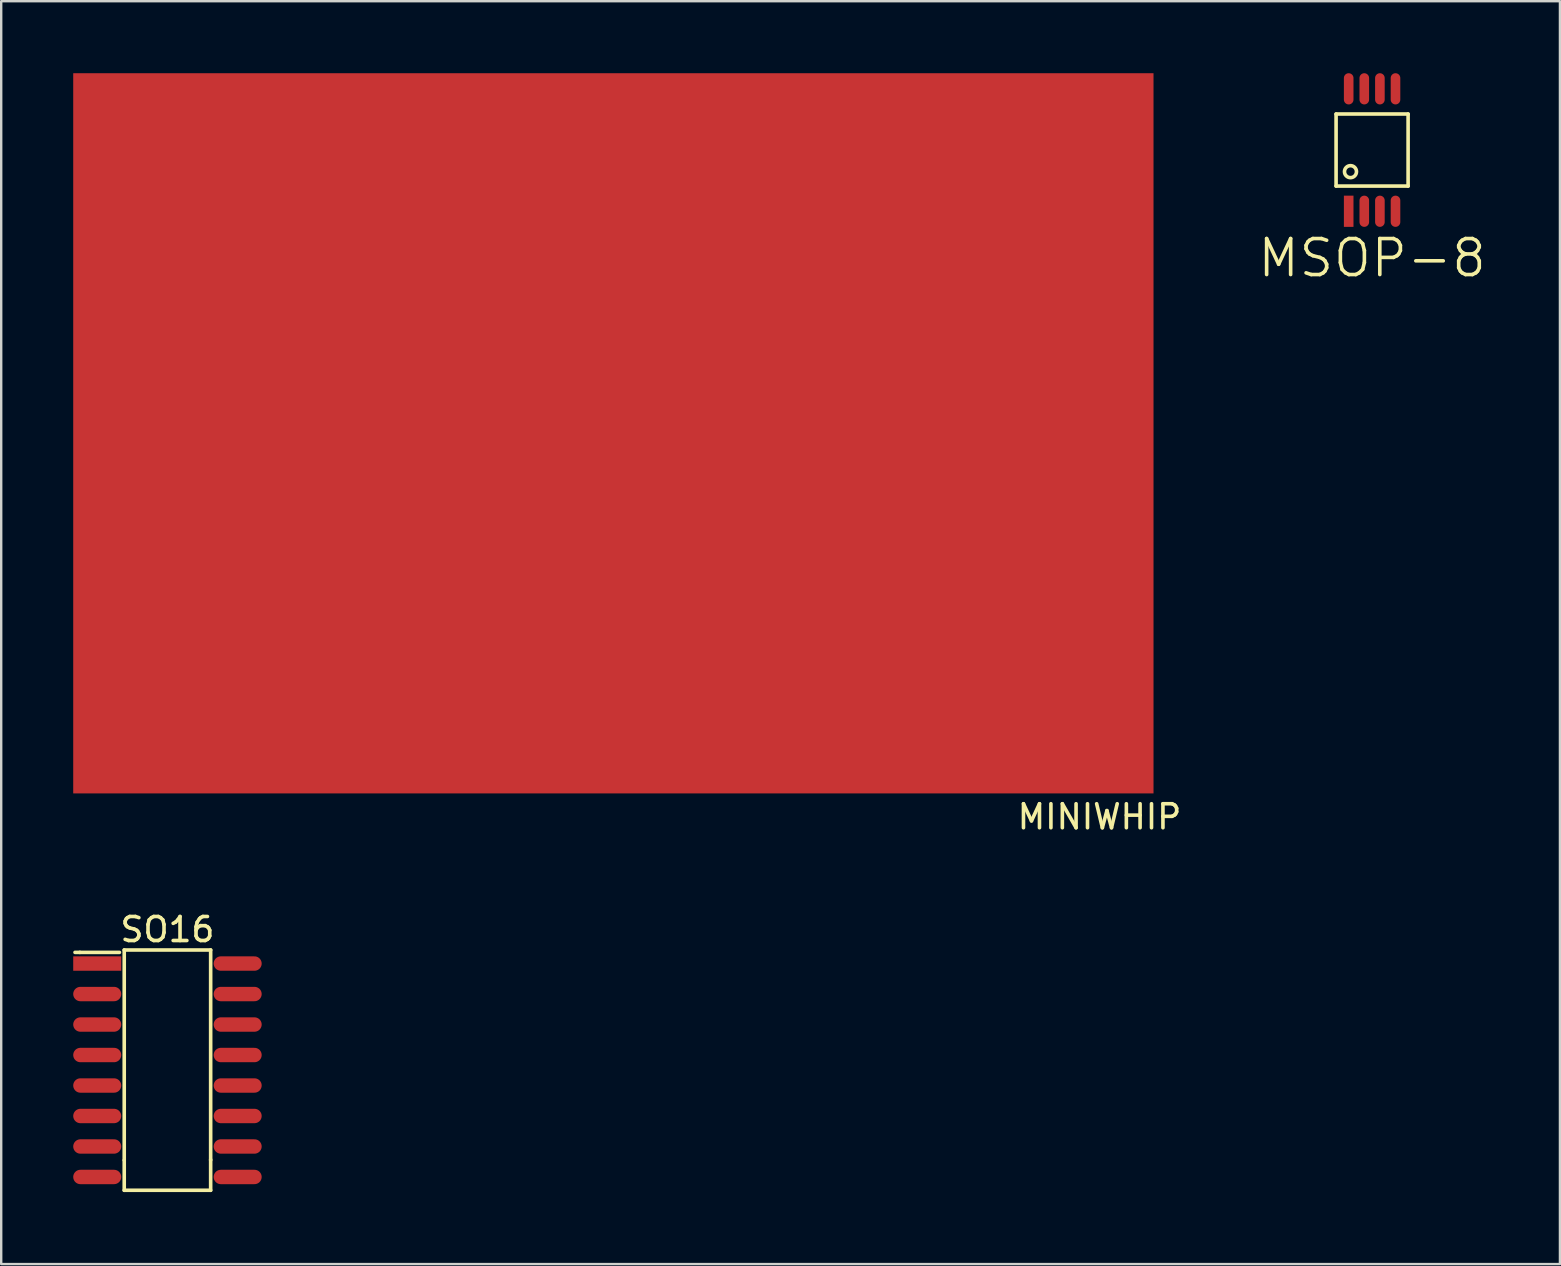
<source format=kicad_pcb>
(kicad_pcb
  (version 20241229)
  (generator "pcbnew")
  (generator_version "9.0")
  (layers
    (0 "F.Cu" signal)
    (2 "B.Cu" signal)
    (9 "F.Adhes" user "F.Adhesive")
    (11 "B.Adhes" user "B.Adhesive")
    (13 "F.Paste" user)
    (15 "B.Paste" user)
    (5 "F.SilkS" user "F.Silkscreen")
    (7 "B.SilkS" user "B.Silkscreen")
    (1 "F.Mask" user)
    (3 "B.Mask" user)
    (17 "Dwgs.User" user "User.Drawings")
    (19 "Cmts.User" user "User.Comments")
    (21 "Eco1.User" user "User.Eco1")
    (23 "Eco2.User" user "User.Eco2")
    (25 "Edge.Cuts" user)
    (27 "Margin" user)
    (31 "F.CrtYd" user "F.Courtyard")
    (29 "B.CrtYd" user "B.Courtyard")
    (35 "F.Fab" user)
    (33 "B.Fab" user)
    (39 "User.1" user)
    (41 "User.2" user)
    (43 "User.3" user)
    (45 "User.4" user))
  (footprint "MINIWHIP"
    (layer "F.Cu")
    (at 22.5 15)
    (property "Reference" "MINIWHIP" (at 20.25 15.975 0) (layer "F.SilkS") (effects (font (size 1 1) (thickness 0.15))))
    (attr through_hole)
    (pad "1" smd rect (at 0 0) (size 45 30) (layers "F.Cu")))
  (footprint "MSOP-8"
    (layer "F.Cu")
    (at 54.105 3.2)
    (property "Reference" "MSOP-8" (at 0 4.5 0) (layer "F.SilkS") (effects (font (size 1.5 1.5) (thickness 0.15))))
    (attr through_hole)
    (fp_line (start -1.5 -1.5) (end -1.5 1.5) (stroke (width 0.15) (type solid)) (layer "F.SilkS"))
    (fp_line (start -1.5 1.5) (end 1.5 1.5) (stroke (width 0.15) (type solid)) (layer "F.SilkS"))
    (fp_line (start 1.5 -1.5) (end -1.5 -1.5) (stroke (width 0.15) (type solid)) (layer "F.SilkS"))
    (fp_line (start 1.5 1.5) (end 1.5 -1.5) (stroke (width 0.15) (type solid)) (layer "F.SilkS"))
    (fp_circle (center -0.9 0.9) (end -1.1 1.05) (stroke (width 0.15) (type solid)) (fill no) (layer "F.SilkS"))
    (pad "1" smd rect (at -0.975 2.55) (size 0.4 1.3) (layers "F.Cu" "F.Mask" "F.Paste"))
    (pad "2" smd oval (at -0.325 2.55) (size 0.4 1.3) (layers "F.Cu" "F.Mask" "F.Paste"))
    (pad "3" smd oval (at 0.325 2.55) (size 0.4 1.3) (layers "F.Cu" "F.Mask" "F.Paste"))
    (pad "4" smd oval (at 0.975 2.55) (size 0.4 1.3) (layers "F.Cu" "F.Mask" "F.Paste"))
    (pad "5" smd oval (at 0.975 -2.55) (size 0.4 1.3) (layers "F.Cu" "F.Mask" "F.Paste"))
    (pad "6" smd oval (at 0.325 -2.55) (size 0.4 1.3) (layers "F.Cu" "F.Mask" "F.Paste"))
    (pad "7" smd oval (at -0.325 -2.55) (size 0.4 1.3) (layers "F.Cu" "F.Mask" "F.Paste"))
    (pad "8" smd oval (at -0.975 -2.55) (size 0.4 1.3) (layers "F.Cu" "F.Mask" "F.Paste")))
  (footprint "SO16"
    (layer "F.Cu")
    (at 3.925 41.532)
    (property "Reference" "SO16" (at 0 -5.86 0) (layer "F.SilkS") (effects (font (size 1 1) (thickness 0.15))))
    (attr through_hole)
    (fp_line (start -3.85 -4.91) (end -3.65 -4.91) (stroke (width 0.15) (type solid)) (layer "F.SilkS"))
    (fp_line (start -3.65 -4.91) (end -2 -4.91) (stroke (width 0.15) (type solid)) (layer "F.SilkS"))
    (fp_line (start -1.8 -5.01) (end -1.8 3.74) (stroke (width 0.15) (type solid)) (layer "F.SilkS"))
    (fp_line (start -1.8 3.75) (end -1.8 5) (stroke (width 0.15) (type solid)) (layer "F.SilkS"))
    (fp_line (start -1.8 5) (end 1.8 5) (stroke (width 0.15) (type solid)) (layer "F.SilkS"))
    (fp_line (start 1.8 -5.01) (end -1.8 -5.01) (stroke (width 0.15) (type solid)) (layer "F.SilkS"))
    (fp_line (start 1.8 3.725) (end 1.8 5) (stroke (width 0.15) (type solid)) (layer "F.SilkS"))
    (fp_line (start 1.8 3.74) (end 1.8 -5.01) (stroke (width 0.15) (type solid)) (layer "F.SilkS"))
    (pad "1" smd rect (at -2.925 -4.445) (size 2 0.6) (layers "F.Cu" "F.Mask" "F.Paste"))
    (pad "2" smd oval (at -2.925 -3.175) (size 2 0.6) (layers "F.Cu" "F.Mask" "F.Paste"))
    (pad "3" smd oval (at -2.925 -1.905) (size 2 0.6) (layers "F.Cu" "F.Mask" "F.Paste"))
    (pad "4" smd oval (at -2.925 -0.635) (size 2 0.6) (layers "F.Cu" "F.Mask" "F.Paste"))
    (pad "5" smd oval (at -2.925 0.635) (size 2 0.6) (layers "F.Cu" "F.Mask" "F.Paste"))
    (pad "6" smd oval (at -2.925 1.905) (size 2 0.6) (layers "F.Cu" "F.Mask" "F.Paste"))
    (pad "7" smd oval (at -2.925 3.175) (size 2 0.6) (layers "F.Cu" "F.Mask" "F.Paste"))
    (pad "8" smd oval (at -2.925 4.445) (size 2 0.6) (layers "F.Cu" "F.Mask" "F.Paste"))
    (pad "9" smd oval (at 2.925 4.445) (size 2 0.6) (layers "F.Cu" "F.Mask" "F.Paste"))
    (pad "10" smd oval (at 2.925 3.175) (size 2 0.6) (layers "F.Cu" "F.Mask" "F.Paste"))
    (pad "11" smd oval (at 2.925 1.905) (size 2 0.6) (layers "F.Cu" "F.Mask" "F.Paste"))
    (pad "12" smd oval (at 2.925 0.635) (size 2 0.6) (layers "F.Cu" "F.Mask" "F.Paste"))
    (pad "13" smd oval (at 2.925 -0.635) (size 2 0.6) (layers "F.Cu" "F.Mask" "F.Paste"))
    (pad "14" smd oval (at 2.925 -1.905) (size 2 0.6) (layers "F.Cu" "F.Mask" "F.Paste"))
    (pad "15" smd oval (at 2.925 -3.175) (size 2 0.6) (layers "F.Cu" "F.Mask" "F.Paste"))
    (pad "16" smd oval (at 2.925 -4.445) (size 2 0.6) (layers "F.Cu" "F.Mask" "F.Paste")))
  (gr_rect
    (start -3 -3)
    (end 61.93 49.606)
    (stroke (width 0.1) (type default))
    (fill no)
    (layer "Edge.Cuts")))
</source>
